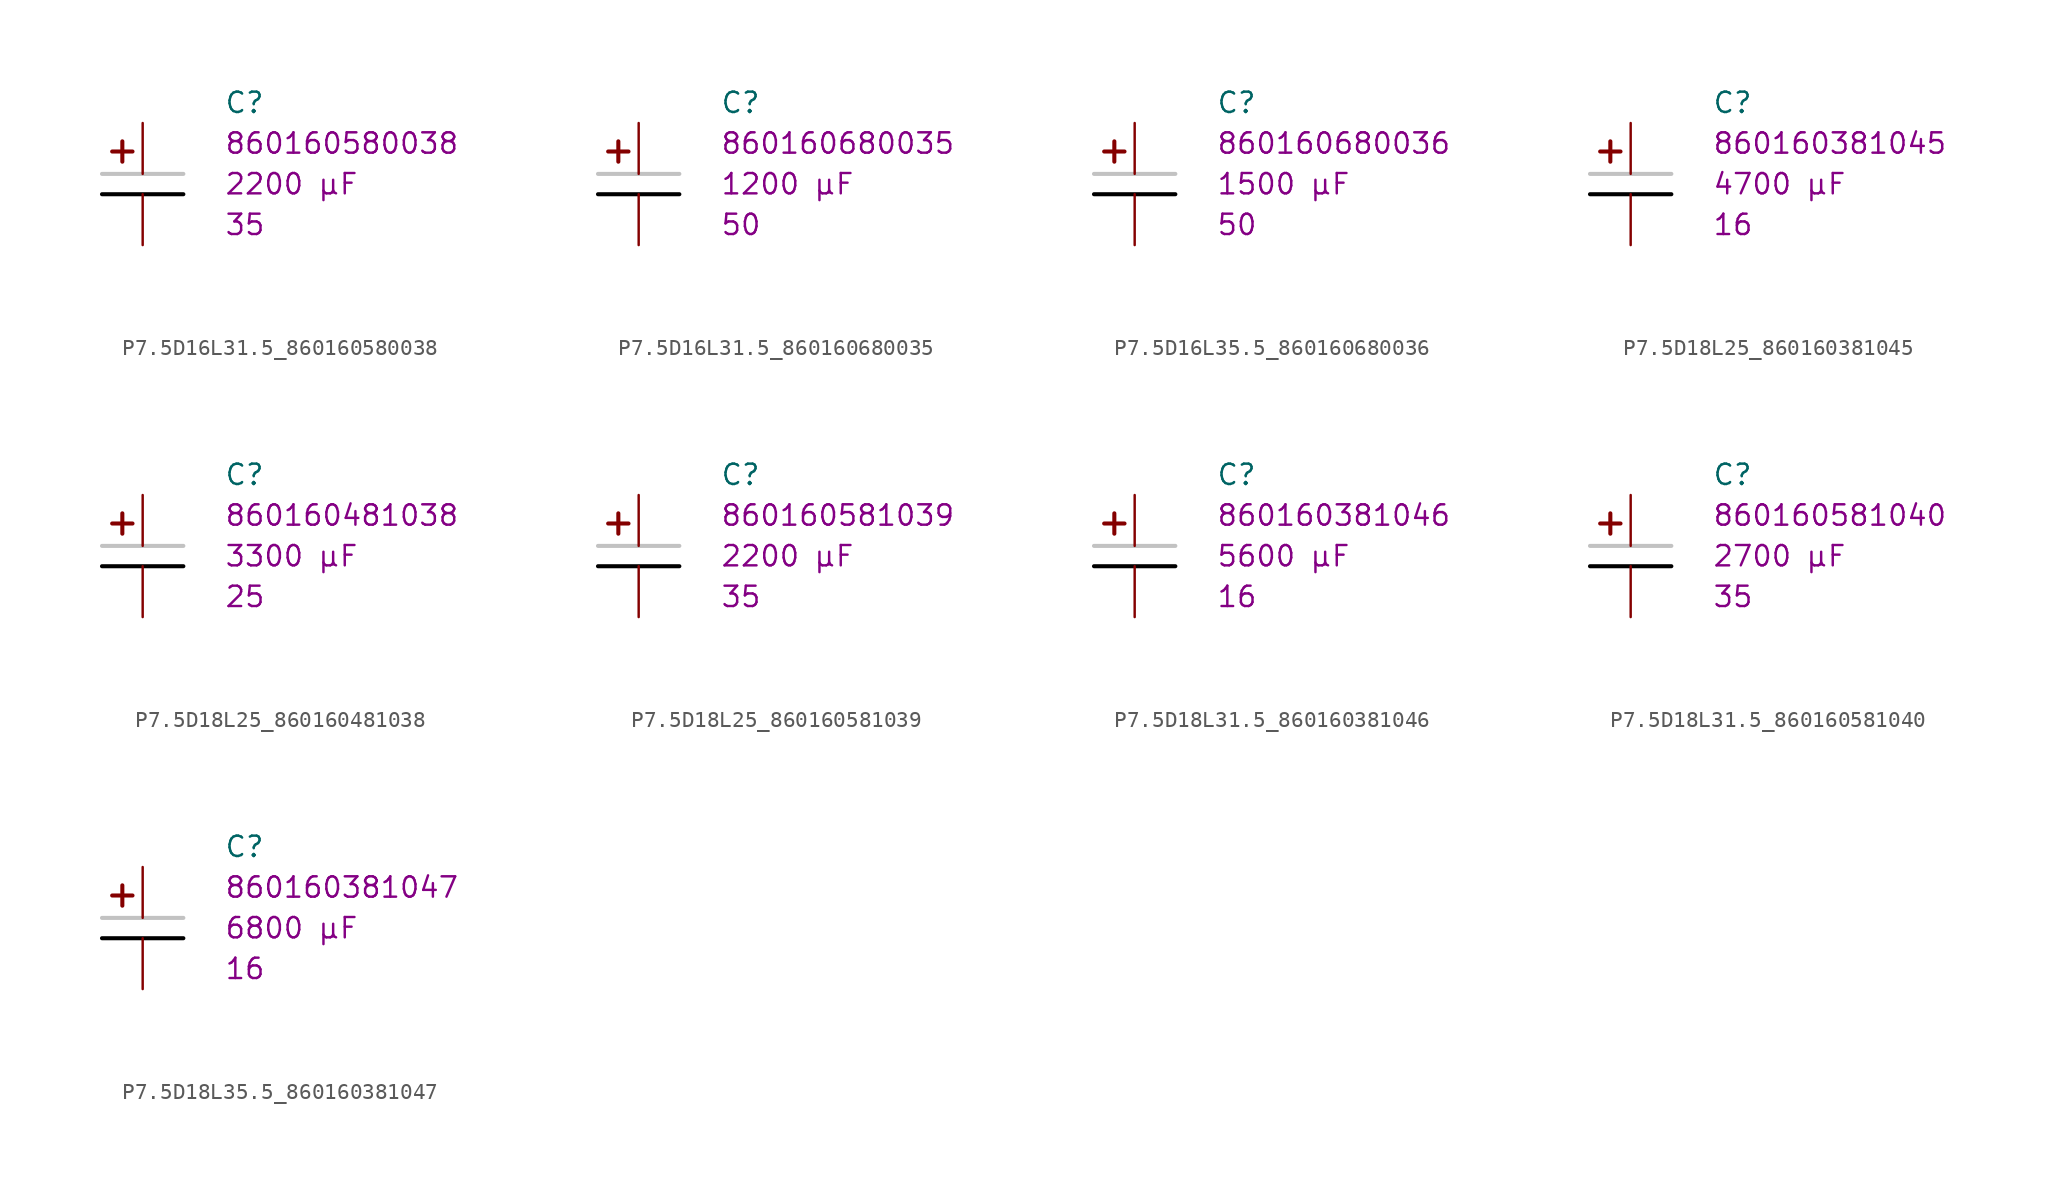
<source format=kicad_sym>
(kicad_symbol_lib
  (version 20220914)
  (generator kicad_symbol_editor)
  (symbol "P7.5D16L31.5_860160580038"
    (pin_numbers hide)
    (pin_names hide)
    (property "Reference" "C"
      (at 5.08 5.08 0)
      (effects (font (size 1.27 1.27)) (justify left)))
    (property "Part Number" "860160580038"
      (at 5.08 2.54 0)
      (effects (font (size 1.27 1.27)) (justify left)))
    (property "Capacitance" "2200 µF"
      (at 5.08 0 0)
      (effects (font (size 1.27 1.27)) (justify left)))
    (property "Voltage" "35"
      (at 5.08 -2.54 0)
      (effects (font (size 1.27 1.27)) (justify left)))
    (property "Critical Parameter" ""
      (at 0 -7.62 0)
      (effects (font (size 1.27 1.27))))
    (symbol "P7.5D16L31.5_860160580038_1_1"
      (polyline (pts (xy -1.27 2.667) (xy -1.27 1.397)) (stroke (width 0.254) (type default)) (fill (type none)))
      (polyline (pts (xy -0.635 2.032) (xy -1.905 2.032)) (stroke (width 0.254) (type default)) (fill (type none)))
      (polyline (pts (xy 2.54 -0.635) (xy -2.54 -0.635)) (stroke (width 0.254) (type default) (color 0 0 0 1)) (fill (type none)))
      (polyline (pts (xy 2.54 0.635) (xy -2.54 0.635)) (stroke (width 0.254) (type default) (color 194 194 194 1)) (fill (type none)))
      (pin passive line (at 0 3.81 270) (length 3.175) (name "1" (effects (font (size 1.27 1.27)))) (number "1" (effects (font (size 1.27 1.27)))))
      (pin passive line (at 0 -3.81 90) (length 3.175) (name "2" (effects (font (size 1.27 1.27)))) (number "2" (effects (font (size 1.27 1.27)))))))
  (symbol "P7.5D16L31.5_860160680035"
    (pin_numbers hide)
    (pin_names hide)
    (property "Reference" "C"
      (at 5.08 5.08 0)
      (effects (font (size 1.27 1.27)) (justify left)))
    (property "Part Number" "860160680035"
      (at 5.08 2.54 0)
      (effects (font (size 1.27 1.27)) (justify left)))
    (property "Capacitance" "1200 µF"
      (at 5.08 0 0)
      (effects (font (size 1.27 1.27)) (justify left)))
    (property "Voltage" "50"
      (at 5.08 -2.54 0)
      (effects (font (size 1.27 1.27)) (justify left)))
    (property "Critical Parameter" ""
      (at 0 -7.62 0)
      (effects (font (size 1.27 1.27))))
    (symbol "P7.5D16L31.5_860160680035_1_1"
      (polyline (pts (xy -1.27 2.667) (xy -1.27 1.397)) (stroke (width 0.254) (type default)) (fill (type none)))
      (polyline (pts (xy -0.635 2.032) (xy -1.905 2.032)) (stroke (width 0.254) (type default)) (fill (type none)))
      (polyline (pts (xy 2.54 -0.635) (xy -2.54 -0.635)) (stroke (width 0.254) (type default) (color 0 0 0 1)) (fill (type none)))
      (polyline (pts (xy 2.54 0.635) (xy -2.54 0.635)) (stroke (width 0.254) (type default) (color 194 194 194 1)) (fill (type none)))
      (pin passive line (at 0 3.81 270) (length 3.175) (name "1" (effects (font (size 1.27 1.27)))) (number "1" (effects (font (size 1.27 1.27)))))
      (pin passive line (at 0 -3.81 90) (length 3.175) (name "2" (effects (font (size 1.27 1.27)))) (number "2" (effects (font (size 1.27 1.27)))))))
  (symbol "P7.5D16L35.5_860160680036"
    (pin_numbers hide)
    (pin_names hide)
    (property "Reference" "C"
      (at 5.08 5.08 0)
      (effects (font (size 1.27 1.27)) (justify left)))
    (property "Part Number" "860160680036"
      (at 5.08 2.54 0)
      (effects (font (size 1.27 1.27)) (justify left)))
    (property "Capacitance" "1500 µF"
      (at 5.08 0 0)
      (effects (font (size 1.27 1.27)) (justify left)))
    (property "Voltage" "50"
      (at 5.08 -2.54 0)
      (effects (font (size 1.27 1.27)) (justify left)))
    (property "Critical Parameter" ""
      (at 0 -7.62 0)
      (effects (font (size 1.27 1.27))))
    (symbol "P7.5D16L35.5_860160680036_1_1"
      (polyline (pts (xy -1.27 2.667) (xy -1.27 1.397)) (stroke (width 0.254) (type default)) (fill (type none)))
      (polyline (pts (xy -0.635 2.032) (xy -1.905 2.032)) (stroke (width 0.254) (type default)) (fill (type none)))
      (polyline (pts (xy 2.54 -0.635) (xy -2.54 -0.635)) (stroke (width 0.254) (type default) (color 0 0 0 1)) (fill (type none)))
      (polyline (pts (xy 2.54 0.635) (xy -2.54 0.635)) (stroke (width 0.254) (type default) (color 194 194 194 1)) (fill (type none)))
      (pin passive line (at 0 3.81 270) (length 3.175) (name "1" (effects (font (size 1.27 1.27)))) (number "1" (effects (font (size 1.27 1.27)))))
      (pin passive line (at 0 -3.81 90) (length 3.175) (name "2" (effects (font (size 1.27 1.27)))) (number "2" (effects (font (size 1.27 1.27)))))))
  (symbol "P7.5D18L25_860160381045"
    (pin_numbers hide)
    (pin_names hide)
    (property "Reference" "C"
      (at 5.08 5.08 0)
      (effects (font (size 1.27 1.27)) (justify left)))
    (property "Part Number" "860160381045"
      (at 5.08 2.54 0)
      (effects (font (size 1.27 1.27)) (justify left)))
    (property "Capacitance" "4700 µF"
      (at 5.08 0 0)
      (effects (font (size 1.27 1.27)) (justify left)))
    (property "Voltage" "16"
      (at 5.08 -2.54 0)
      (effects (font (size 1.27 1.27)) (justify left)))
    (property "Critical Parameter" ""
      (at 0 -7.62 0)
      (effects (font (size 1.27 1.27))))
    (symbol "P7.5D18L25_860160381045_1_1"
      (polyline (pts (xy -1.27 2.667) (xy -1.27 1.397)) (stroke (width 0.254) (type default)) (fill (type none)))
      (polyline (pts (xy -0.635 2.032) (xy -1.905 2.032)) (stroke (width 0.254) (type default)) (fill (type none)))
      (polyline (pts (xy 2.54 -0.635) (xy -2.54 -0.635)) (stroke (width 0.254) (type default) (color 0 0 0 1)) (fill (type none)))
      (polyline (pts (xy 2.54 0.635) (xy -2.54 0.635)) (stroke (width 0.254) (type default) (color 194 194 194 1)) (fill (type none)))
      (pin passive line (at 0 3.81 270) (length 3.175) (name "1" (effects (font (size 1.27 1.27)))) (number "1" (effects (font (size 1.27 1.27)))))
      (pin passive line (at 0 -3.81 90) (length 3.175) (name "2" (effects (font (size 1.27 1.27)))) (number "2" (effects (font (size 1.27 1.27)))))))
  (symbol "P7.5D18L25_860160481038"
    (pin_numbers hide)
    (pin_names hide)
    (property "Reference" "C"
      (at 5.08 5.08 0)
      (effects (font (size 1.27 1.27)) (justify left)))
    (property "Part Number" "860160481038"
      (at 5.08 2.54 0)
      (effects (font (size 1.27 1.27)) (justify left)))
    (property "Capacitance" "3300 µF"
      (at 5.08 0 0)
      (effects (font (size 1.27 1.27)) (justify left)))
    (property "Voltage" "25"
      (at 5.08 -2.54 0)
      (effects (font (size 1.27 1.27)) (justify left)))
    (property "Critical Parameter" ""
      (at 0 -7.62 0)
      (effects (font (size 1.27 1.27))))
    (symbol "P7.5D18L25_860160481038_1_1"
      (polyline (pts (xy -1.27 2.667) (xy -1.27 1.397)) (stroke (width 0.254) (type default)) (fill (type none)))
      (polyline (pts (xy -0.635 2.032) (xy -1.905 2.032)) (stroke (width 0.254) (type default)) (fill (type none)))
      (polyline (pts (xy 2.54 -0.635) (xy -2.54 -0.635)) (stroke (width 0.254) (type default) (color 0 0 0 1)) (fill (type none)))
      (polyline (pts (xy 2.54 0.635) (xy -2.54 0.635)) (stroke (width 0.254) (type default) (color 194 194 194 1)) (fill (type none)))
      (pin passive line (at 0 3.81 270) (length 3.175) (name "1" (effects (font (size 1.27 1.27)))) (number "1" (effects (font (size 1.27 1.27)))))
      (pin passive line (at 0 -3.81 90) (length 3.175) (name "2" (effects (font (size 1.27 1.27)))) (number "2" (effects (font (size 1.27 1.27)))))))
  (symbol "P7.5D18L25_860160581039"
    (pin_numbers hide)
    (pin_names hide)
    (property "Reference" "C"
      (at 5.08 5.08 0)
      (effects (font (size 1.27 1.27)) (justify left)))
    (property "Part Number" "860160581039"
      (at 5.08 2.54 0)
      (effects (font (size 1.27 1.27)) (justify left)))
    (property "Capacitance" "2200 µF"
      (at 5.08 0 0)
      (effects (font (size 1.27 1.27)) (justify left)))
    (property "Voltage" "35"
      (at 5.08 -2.54 0)
      (effects (font (size 1.27 1.27)) (justify left)))
    (property "Critical Parameter" ""
      (at 0 -7.62 0)
      (effects (font (size 1.27 1.27))))
    (symbol "P7.5D18L25_860160581039_1_1"
      (polyline (pts (xy -1.27 2.667) (xy -1.27 1.397)) (stroke (width 0.254) (type default)) (fill (type none)))
      (polyline (pts (xy -0.635 2.032) (xy -1.905 2.032)) (stroke (width 0.254) (type default)) (fill (type none)))
      (polyline (pts (xy 2.54 -0.635) (xy -2.54 -0.635)) (stroke (width 0.254) (type default) (color 0 0 0 1)) (fill (type none)))
      (polyline (pts (xy 2.54 0.635) (xy -2.54 0.635)) (stroke (width 0.254) (type default) (color 194 194 194 1)) (fill (type none)))
      (pin passive line (at 0 3.81 270) (length 3.175) (name "1" (effects (font (size 1.27 1.27)))) (number "1" (effects (font (size 1.27 1.27)))))
      (pin passive line (at 0 -3.81 90) (length 3.175) (name "2" (effects (font (size 1.27 1.27)))) (number "2" (effects (font (size 1.27 1.27)))))))
  (symbol "P7.5D18L31.5_860160381046"
    (pin_numbers hide)
    (pin_names hide)
    (property "Reference" "C"
      (at 5.08 5.08 0)
      (effects (font (size 1.27 1.27)) (justify left)))
    (property "Part Number" "860160381046"
      (at 5.08 2.54 0)
      (effects (font (size 1.27 1.27)) (justify left)))
    (property "Capacitance" "5600 µF"
      (at 5.08 0 0)
      (effects (font (size 1.27 1.27)) (justify left)))
    (property "Voltage" "16"
      (at 5.08 -2.54 0)
      (effects (font (size 1.27 1.27)) (justify left)))
    (property "Critical Parameter" ""
      (at 0 -7.62 0)
      (effects (font (size 1.27 1.27))))
    (symbol "P7.5D18L31.5_860160381046_1_1"
      (polyline (pts (xy -1.27 2.667) (xy -1.27 1.397)) (stroke (width 0.254) (type default)) (fill (type none)))
      (polyline (pts (xy -0.635 2.032) (xy -1.905 2.032)) (stroke (width 0.254) (type default)) (fill (type none)))
      (polyline (pts (xy 2.54 -0.635) (xy -2.54 -0.635)) (stroke (width 0.254) (type default) (color 0 0 0 1)) (fill (type none)))
      (polyline (pts (xy 2.54 0.635) (xy -2.54 0.635)) (stroke (width 0.254) (type default) (color 194 194 194 1)) (fill (type none)))
      (pin passive line (at 0 3.81 270) (length 3.175) (name "1" (effects (font (size 1.27 1.27)))) (number "1" (effects (font (size 1.27 1.27)))))
      (pin passive line (at 0 -3.81 90) (length 3.175) (name "2" (effects (font (size 1.27 1.27)))) (number "2" (effects (font (size 1.27 1.27)))))))
  (symbol "P7.5D18L31.5_860160581040"
    (pin_numbers hide)
    (pin_names hide)
    (property "Reference" "C"
      (at 5.08 5.08 0)
      (effects (font (size 1.27 1.27)) (justify left)))
    (property "Part Number" "860160581040"
      (at 5.08 2.54 0)
      (effects (font (size 1.27 1.27)) (justify left)))
    (property "Capacitance" "2700 µF"
      (at 5.08 0 0)
      (effects (font (size 1.27 1.27)) (justify left)))
    (property "Voltage" "35"
      (at 5.08 -2.54 0)
      (effects (font (size 1.27 1.27)) (justify left)))
    (property "Critical Parameter" ""
      (at 0 -7.62 0)
      (effects (font (size 1.27 1.27))))
    (symbol "P7.5D18L31.5_860160581040_1_1"
      (polyline (pts (xy -1.27 2.667) (xy -1.27 1.397)) (stroke (width 0.254) (type default)) (fill (type none)))
      (polyline (pts (xy -0.635 2.032) (xy -1.905 2.032)) (stroke (width 0.254) (type default)) (fill (type none)))
      (polyline (pts (xy 2.54 -0.635) (xy -2.54 -0.635)) (stroke (width 0.254) (type default) (color 0 0 0 1)) (fill (type none)))
      (polyline (pts (xy 2.54 0.635) (xy -2.54 0.635)) (stroke (width 0.254) (type default) (color 194 194 194 1)) (fill (type none)))
      (pin passive line (at 0 3.81 270) (length 3.175) (name "1" (effects (font (size 1.27 1.27)))) (number "1" (effects (font (size 1.27 1.27)))))
      (pin passive line (at 0 -3.81 90) (length 3.175) (name "2" (effects (font (size 1.27 1.27)))) (number "2" (effects (font (size 1.27 1.27)))))))
  (symbol "P7.5D18L35.5_860160381047"
    (pin_numbers hide)
    (pin_names hide)
    (property "Reference" "C"
      (at 5.08 5.08 0)
      (effects (font (size 1.27 1.27)) (justify left)))
    (property "Part Number" "860160381047"
      (at 5.08 2.54 0)
      (effects (font (size 1.27 1.27)) (justify left)))
    (property "Capacitance" "6800 µF"
      (at 5.08 0 0)
      (effects (font (size 1.27 1.27)) (justify left)))
    (property "Voltage" "16"
      (at 5.08 -2.54 0)
      (effects (font (size 1.27 1.27)) (justify left)))
    (property "Critical Parameter" ""
      (at 0 -7.62 0)
      (effects (font (size 1.27 1.27))))
    (symbol "P7.5D18L35.5_860160381047_1_1"
      (polyline (pts (xy -1.27 2.667) (xy -1.27 1.397)) (stroke (width 0.254) (type default)) (fill (type none)))
      (polyline (pts (xy -0.635 2.032) (xy -1.905 2.032)) (stroke (width 0.254) (type default)) (fill (type none)))
      (polyline (pts (xy 2.54 -0.635) (xy -2.54 -0.635)) (stroke (width 0.254) (type default) (color 0 0 0 1)) (fill (type none)))
      (polyline (pts (xy 2.54 0.635) (xy -2.54 0.635)) (stroke (width 0.254) (type default) (color 194 194 194 1)) (fill (type none)))
      (pin passive line (at 0 3.81 270) (length 3.175) (name "1" (effects (font (size 1.27 1.27)))) (number "1" (effects (font (size 1.27 1.27)))))
      (pin passive line (at 0 -3.81 90) (length 3.175) (name "2" (effects (font (size 1.27 1.27)))) (number "2" (effects (font (size 1.27 1.27))))))))
</source>
